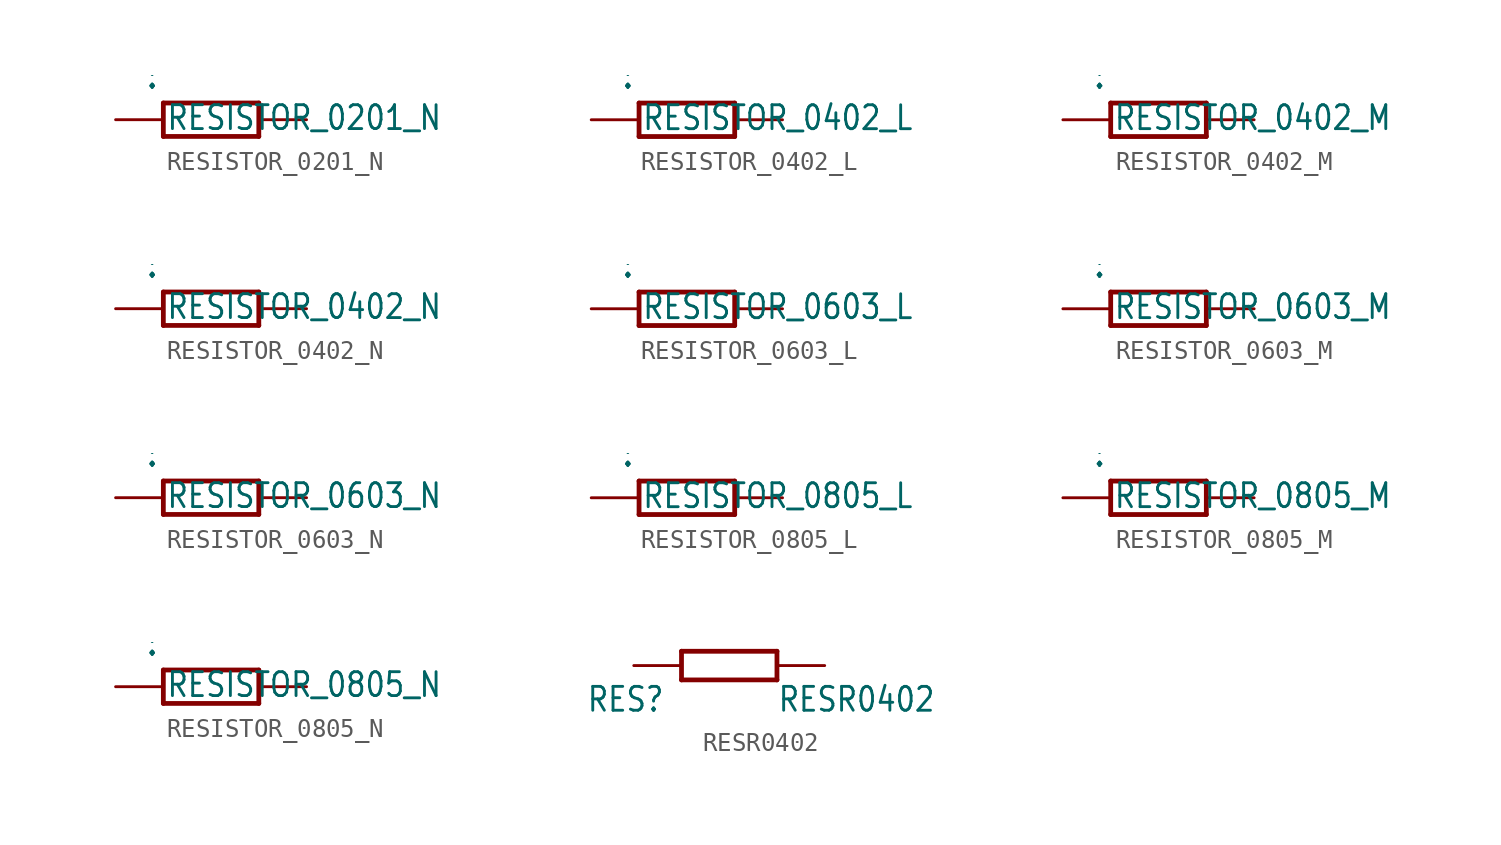
<source format=kicad_sym>
(kicad_symbol_lib
  (version 20211014)
  (generator kicad_symbol_editor)
  (symbol "RESISTOR_0201_N"
    (property "Reference" ""
      (at -3.81 1.499 0)
      (effects (font (size 1.778 1.511)) (justify left bottom)))
    (property "Value" "RESISTOR_0201_N"
      (at -2.413 -0.635 0)
      (effects (font (size 1.27 1.079)) (justify left bottom)))
    (property "ki_locked" ""
      (at 0 0 0)
      (effects (font (size 1.27 1.27))))
    (symbol "RESISTOR_0201_N_1_0"
      (polyline (pts (xy -2.54 -0.889) (xy -2.54 0.889)) (stroke (width 0.254) (type default) (color 0 0 0 0)) (fill (type none)))
      (polyline (pts (xy -2.54 -0.889) (xy 2.54 -0.889)) (stroke (width 0.254) (type default) (color 0 0 0 0)) (fill (type none)))
      (polyline (pts (xy 2.54 -0.889) (xy 2.54 0.889)) (stroke (width 0.254) (type default) (color 0 0 0 0)) (fill (type none)))
      (polyline (pts (xy 2.54 0.889) (xy -2.54 0.889)) (stroke (width 0.254) (type default) (color 0 0 0 0)) (fill (type none)))
      (pin passive line (at -5.08 0 0) (length 2.54) (name "1" (effects (font (size 0 0)))) (number "1" (effects (font (size 0 0)))))
      (pin passive line (at 5.08 0 180) (length 2.54) (name "2" (effects (font (size 0 0)))) (number "2" (effects (font (size 0 0)))))))
  (symbol "RESISTOR_0402_L"
    (property "Reference" ""
      (at -3.81 1.499 0)
      (effects (font (size 1.778 1.511)) (justify left bottom)))
    (property "Value" "RESISTOR_0402_L"
      (at -2.413 -0.635 0)
      (effects (font (size 1.27 1.079)) (justify left bottom)))
    (property "ki_locked" ""
      (at 0 0 0)
      (effects (font (size 1.27 1.27))))
    (symbol "RESISTOR_0402_L_1_0"
      (polyline (pts (xy -2.54 -0.889) (xy -2.54 0.889)) (stroke (width 0.254) (type default) (color 0 0 0 0)) (fill (type none)))
      (polyline (pts (xy -2.54 -0.889) (xy 2.54 -0.889)) (stroke (width 0.254) (type default) (color 0 0 0 0)) (fill (type none)))
      (polyline (pts (xy 2.54 -0.889) (xy 2.54 0.889)) (stroke (width 0.254) (type default) (color 0 0 0 0)) (fill (type none)))
      (polyline (pts (xy 2.54 0.889) (xy -2.54 0.889)) (stroke (width 0.254) (type default) (color 0 0 0 0)) (fill (type none)))
      (pin passive line (at -5.08 0 0) (length 2.54) (name "1" (effects (font (size 0 0)))) (number "1" (effects (font (size 0 0)))))
      (pin passive line (at 5.08 0 180) (length 2.54) (name "2" (effects (font (size 0 0)))) (number "2" (effects (font (size 0 0)))))))
  (symbol "RESISTOR_0402_M"
    (property "Reference" ""
      (at -3.81 1.499 0)
      (effects (font (size 1.778 1.511)) (justify left bottom)))
    (property "Value" "RESISTOR_0402_M"
      (at -2.413 -0.635 0)
      (effects (font (size 1.27 1.079)) (justify left bottom)))
    (property "ki_locked" ""
      (at 0 0 0)
      (effects (font (size 1.27 1.27))))
    (symbol "RESISTOR_0402_M_1_0"
      (polyline (pts (xy -2.54 -0.889) (xy -2.54 0.889)) (stroke (width 0.254) (type default) (color 0 0 0 0)) (fill (type none)))
      (polyline (pts (xy -2.54 -0.889) (xy 2.54 -0.889)) (stroke (width 0.254) (type default) (color 0 0 0 0)) (fill (type none)))
      (polyline (pts (xy 2.54 -0.889) (xy 2.54 0.889)) (stroke (width 0.254) (type default) (color 0 0 0 0)) (fill (type none)))
      (polyline (pts (xy 2.54 0.889) (xy -2.54 0.889)) (stroke (width 0.254) (type default) (color 0 0 0 0)) (fill (type none)))
      (pin passive line (at -5.08 0 0) (length 2.54) (name "1" (effects (font (size 0 0)))) (number "1" (effects (font (size 0 0)))))
      (pin passive line (at 5.08 0 180) (length 2.54) (name "2" (effects (font (size 0 0)))) (number "2" (effects (font (size 0 0)))))))
  (symbol "RESISTOR_0402_N"
    (property "Reference" ""
      (at -3.81 1.499 0)
      (effects (font (size 1.778 1.511)) (justify left bottom)))
    (property "Value" "RESISTOR_0402_N"
      (at -2.413 -0.635 0)
      (effects (font (size 1.27 1.079)) (justify left bottom)))
    (property "ki_locked" ""
      (at 0 0 0)
      (effects (font (size 1.27 1.27))))
    (symbol "RESISTOR_0402_N_1_0"
      (polyline (pts (xy -2.54 -0.889) (xy -2.54 0.889)) (stroke (width 0.254) (type default) (color 0 0 0 0)) (fill (type none)))
      (polyline (pts (xy -2.54 -0.889) (xy 2.54 -0.889)) (stroke (width 0.254) (type default) (color 0 0 0 0)) (fill (type none)))
      (polyline (pts (xy 2.54 -0.889) (xy 2.54 0.889)) (stroke (width 0.254) (type default) (color 0 0 0 0)) (fill (type none)))
      (polyline (pts (xy 2.54 0.889) (xy -2.54 0.889)) (stroke (width 0.254) (type default) (color 0 0 0 0)) (fill (type none)))
      (pin passive line (at -5.08 0 0) (length 2.54) (name "1" (effects (font (size 0 0)))) (number "1" (effects (font (size 0 0)))))
      (pin passive line (at 5.08 0 180) (length 2.54) (name "2" (effects (font (size 0 0)))) (number "2" (effects (font (size 0 0)))))))
  (symbol "RESISTOR_0603_L"
    (property "Reference" ""
      (at -3.81 1.499 0)
      (effects (font (size 1.778 1.511)) (justify left bottom)))
    (property "Value" "RESISTOR_0603_L"
      (at -2.413 -0.635 0)
      (effects (font (size 1.27 1.079)) (justify left bottom)))
    (property "ki_locked" ""
      (at 0 0 0)
      (effects (font (size 1.27 1.27))))
    (symbol "RESISTOR_0603_L_1_0"
      (polyline (pts (xy -2.54 -0.889) (xy -2.54 0.889)) (stroke (width 0.254) (type default) (color 0 0 0 0)) (fill (type none)))
      (polyline (pts (xy -2.54 -0.889) (xy 2.54 -0.889)) (stroke (width 0.254) (type default) (color 0 0 0 0)) (fill (type none)))
      (polyline (pts (xy 2.54 -0.889) (xy 2.54 0.889)) (stroke (width 0.254) (type default) (color 0 0 0 0)) (fill (type none)))
      (polyline (pts (xy 2.54 0.889) (xy -2.54 0.889)) (stroke (width 0.254) (type default) (color 0 0 0 0)) (fill (type none)))
      (pin passive line (at -5.08 0 0) (length 2.54) (name "1" (effects (font (size 0 0)))) (number "1" (effects (font (size 0 0)))))
      (pin passive line (at 5.08 0 180) (length 2.54) (name "2" (effects (font (size 0 0)))) (number "2" (effects (font (size 0 0)))))))
  (symbol "RESISTOR_0603_M"
    (property "Reference" ""
      (at -3.81 1.499 0)
      (effects (font (size 1.778 1.511)) (justify left bottom)))
    (property "Value" "RESISTOR_0603_M"
      (at -2.413 -0.635 0)
      (effects (font (size 1.27 1.079)) (justify left bottom)))
    (property "ki_locked" ""
      (at 0 0 0)
      (effects (font (size 1.27 1.27))))
    (symbol "RESISTOR_0603_M_1_0"
      (polyline (pts (xy -2.54 -0.889) (xy -2.54 0.889)) (stroke (width 0.254) (type default) (color 0 0 0 0)) (fill (type none)))
      (polyline (pts (xy -2.54 -0.889) (xy 2.54 -0.889)) (stroke (width 0.254) (type default) (color 0 0 0 0)) (fill (type none)))
      (polyline (pts (xy 2.54 -0.889) (xy 2.54 0.889)) (stroke (width 0.254) (type default) (color 0 0 0 0)) (fill (type none)))
      (polyline (pts (xy 2.54 0.889) (xy -2.54 0.889)) (stroke (width 0.254) (type default) (color 0 0 0 0)) (fill (type none)))
      (pin passive line (at -5.08 0 0) (length 2.54) (name "1" (effects (font (size 0 0)))) (number "1" (effects (font (size 0 0)))))
      (pin passive line (at 5.08 0 180) (length 2.54) (name "2" (effects (font (size 0 0)))) (number "2" (effects (font (size 0 0)))))))
  (symbol "RESISTOR_0603_N"
    (property "Reference" ""
      (at -3.81 1.499 0)
      (effects (font (size 1.778 1.511)) (justify left bottom)))
    (property "Value" "RESISTOR_0603_N"
      (at -2.413 -0.635 0)
      (effects (font (size 1.27 1.079)) (justify left bottom)))
    (property "ki_locked" ""
      (at 0 0 0)
      (effects (font (size 1.27 1.27))))
    (symbol "RESISTOR_0603_N_1_0"
      (polyline (pts (xy -2.54 -0.889) (xy -2.54 0.889)) (stroke (width 0.254) (type default) (color 0 0 0 0)) (fill (type none)))
      (polyline (pts (xy -2.54 -0.889) (xy 2.54 -0.889)) (stroke (width 0.254) (type default) (color 0 0 0 0)) (fill (type none)))
      (polyline (pts (xy 2.54 -0.889) (xy 2.54 0.889)) (stroke (width 0.254) (type default) (color 0 0 0 0)) (fill (type none)))
      (polyline (pts (xy 2.54 0.889) (xy -2.54 0.889)) (stroke (width 0.254) (type default) (color 0 0 0 0)) (fill (type none)))
      (pin passive line (at -5.08 0 0) (length 2.54) (name "1" (effects (font (size 0 0)))) (number "1" (effects (font (size 0 0)))))
      (pin passive line (at 5.08 0 180) (length 2.54) (name "2" (effects (font (size 0 0)))) (number "2" (effects (font (size 0 0)))))))
  (symbol "RESISTOR_0805_L"
    (property "Reference" ""
      (at -3.81 1.499 0)
      (effects (font (size 1.778 1.511)) (justify left bottom)))
    (property "Value" "RESISTOR_0805_L"
      (at -2.413 -0.635 0)
      (effects (font (size 1.27 1.079)) (justify left bottom)))
    (property "ki_locked" ""
      (at 0 0 0)
      (effects (font (size 1.27 1.27))))
    (symbol "RESISTOR_0805_L_1_0"
      (polyline (pts (xy -2.54 -0.889) (xy -2.54 0.889)) (stroke (width 0.254) (type default) (color 0 0 0 0)) (fill (type none)))
      (polyline (pts (xy -2.54 -0.889) (xy 2.54 -0.889)) (stroke (width 0.254) (type default) (color 0 0 0 0)) (fill (type none)))
      (polyline (pts (xy 2.54 -0.889) (xy 2.54 0.889)) (stroke (width 0.254) (type default) (color 0 0 0 0)) (fill (type none)))
      (polyline (pts (xy 2.54 0.889) (xy -2.54 0.889)) (stroke (width 0.254) (type default) (color 0 0 0 0)) (fill (type none)))
      (pin passive line (at -5.08 0 0) (length 2.54) (name "1" (effects (font (size 0 0)))) (number "1" (effects (font (size 0 0)))))
      (pin passive line (at 5.08 0 180) (length 2.54) (name "2" (effects (font (size 0 0)))) (number "2" (effects (font (size 0 0)))))))
  (symbol "RESISTOR_0805_M"
    (property "Reference" ""
      (at -3.81 1.499 0)
      (effects (font (size 1.778 1.511)) (justify left bottom)))
    (property "Value" "RESISTOR_0805_M"
      (at -2.413 -0.635 0)
      (effects (font (size 1.27 1.079)) (justify left bottom)))
    (property "ki_locked" ""
      (at 0 0 0)
      (effects (font (size 1.27 1.27))))
    (symbol "RESISTOR_0805_M_1_0"
      (polyline (pts (xy -2.54 -0.889) (xy -2.54 0.889)) (stroke (width 0.254) (type default) (color 0 0 0 0)) (fill (type none)))
      (polyline (pts (xy -2.54 -0.889) (xy 2.54 -0.889)) (stroke (width 0.254) (type default) (color 0 0 0 0)) (fill (type none)))
      (polyline (pts (xy 2.54 -0.889) (xy 2.54 0.889)) (stroke (width 0.254) (type default) (color 0 0 0 0)) (fill (type none)))
      (polyline (pts (xy 2.54 0.889) (xy -2.54 0.889)) (stroke (width 0.254) (type default) (color 0 0 0 0)) (fill (type none)))
      (pin passive line (at -5.08 0 0) (length 2.54) (name "1" (effects (font (size 0 0)))) (number "1" (effects (font (size 0 0)))))
      (pin passive line (at 5.08 0 180) (length 2.54) (name "2" (effects (font (size 0 0)))) (number "2" (effects (font (size 0 0)))))))
  (symbol "RESISTOR_0805_N"
    (property "Reference" ""
      (at -3.81 1.499 0)
      (effects (font (size 1.778 1.511)) (justify left bottom)))
    (property "Value" "RESISTOR_0805_N"
      (at -2.413 -0.635 0)
      (effects (font (size 1.27 1.079)) (justify left bottom)))
    (property "ki_locked" ""
      (at 0 0 0)
      (effects (font (size 1.27 1.27))))
    (symbol "RESISTOR_0805_N_1_0"
      (polyline (pts (xy -2.54 -0.889) (xy -2.54 0.889)) (stroke (width 0.254) (type default) (color 0 0 0 0)) (fill (type none)))
      (polyline (pts (xy -2.54 -0.889) (xy 2.54 -0.889)) (stroke (width 0.254) (type default) (color 0 0 0 0)) (fill (type none)))
      (polyline (pts (xy 2.54 -0.889) (xy 2.54 0.889)) (stroke (width 0.254) (type default) (color 0 0 0 0)) (fill (type none)))
      (polyline (pts (xy 2.54 0.889) (xy -2.54 0.889)) (stroke (width 0.254) (type default) (color 0 0 0 0)) (fill (type none)))
      (pin passive line (at -5.08 0 0) (length 2.54) (name "1" (effects (font (size 0 0)))) (number "1" (effects (font (size 0 0)))))
      (pin passive line (at 5.08 0 180) (length 2.54) (name "2" (effects (font (size 0 0)))) (number "2" (effects (font (size 0 0)))))))
  (symbol "RESR0402"
    (property "Reference" "RES"
      (at -7.62 -2.54 0)
      (effects (font (size 1.27 1.079)) (justify left bottom)))
    (property "Value" "RESR0402"
      (at 2.54 -2.54 0)
      (effects (font (size 1.27 1.079)) (justify left bottom)))
    (property "ki_locked" ""
      (at 0 0 0)
      (effects (font (size 1.27 1.27))))
    (symbol "RESR0402_1_0"
      (polyline (pts (xy -2.54 -0.762) (xy -2.54 0.762)) (stroke (width 0.254) (type default) (color 0 0 0 0)) (fill (type none)))
      (polyline (pts (xy -2.54 0.762) (xy 2.54 0.762)) (stroke (width 0.254) (type default) (color 0 0 0 0)) (fill (type none)))
      (polyline (pts (xy 2.54 -0.762) (xy -2.54 -0.762)) (stroke (width 0.254) (type default) (color 0 0 0 0)) (fill (type none)))
      (polyline (pts (xy 2.54 0.762) (xy 2.54 -0.762)) (stroke (width 0.254) (type default) (color 0 0 0 0)) (fill (type none)))
      (pin bidirectional line (at -5.08 0 0) (length 2.54) (name "1" (effects (font (size 0 0)))) (number "1" (effects (font (size 0 0)))))
      (pin bidirectional line (at 5.08 0 180) (length 2.54) (name "2" (effects (font (size 0 0)))) (number "2" (effects (font (size 0 0))))))))
</source>
